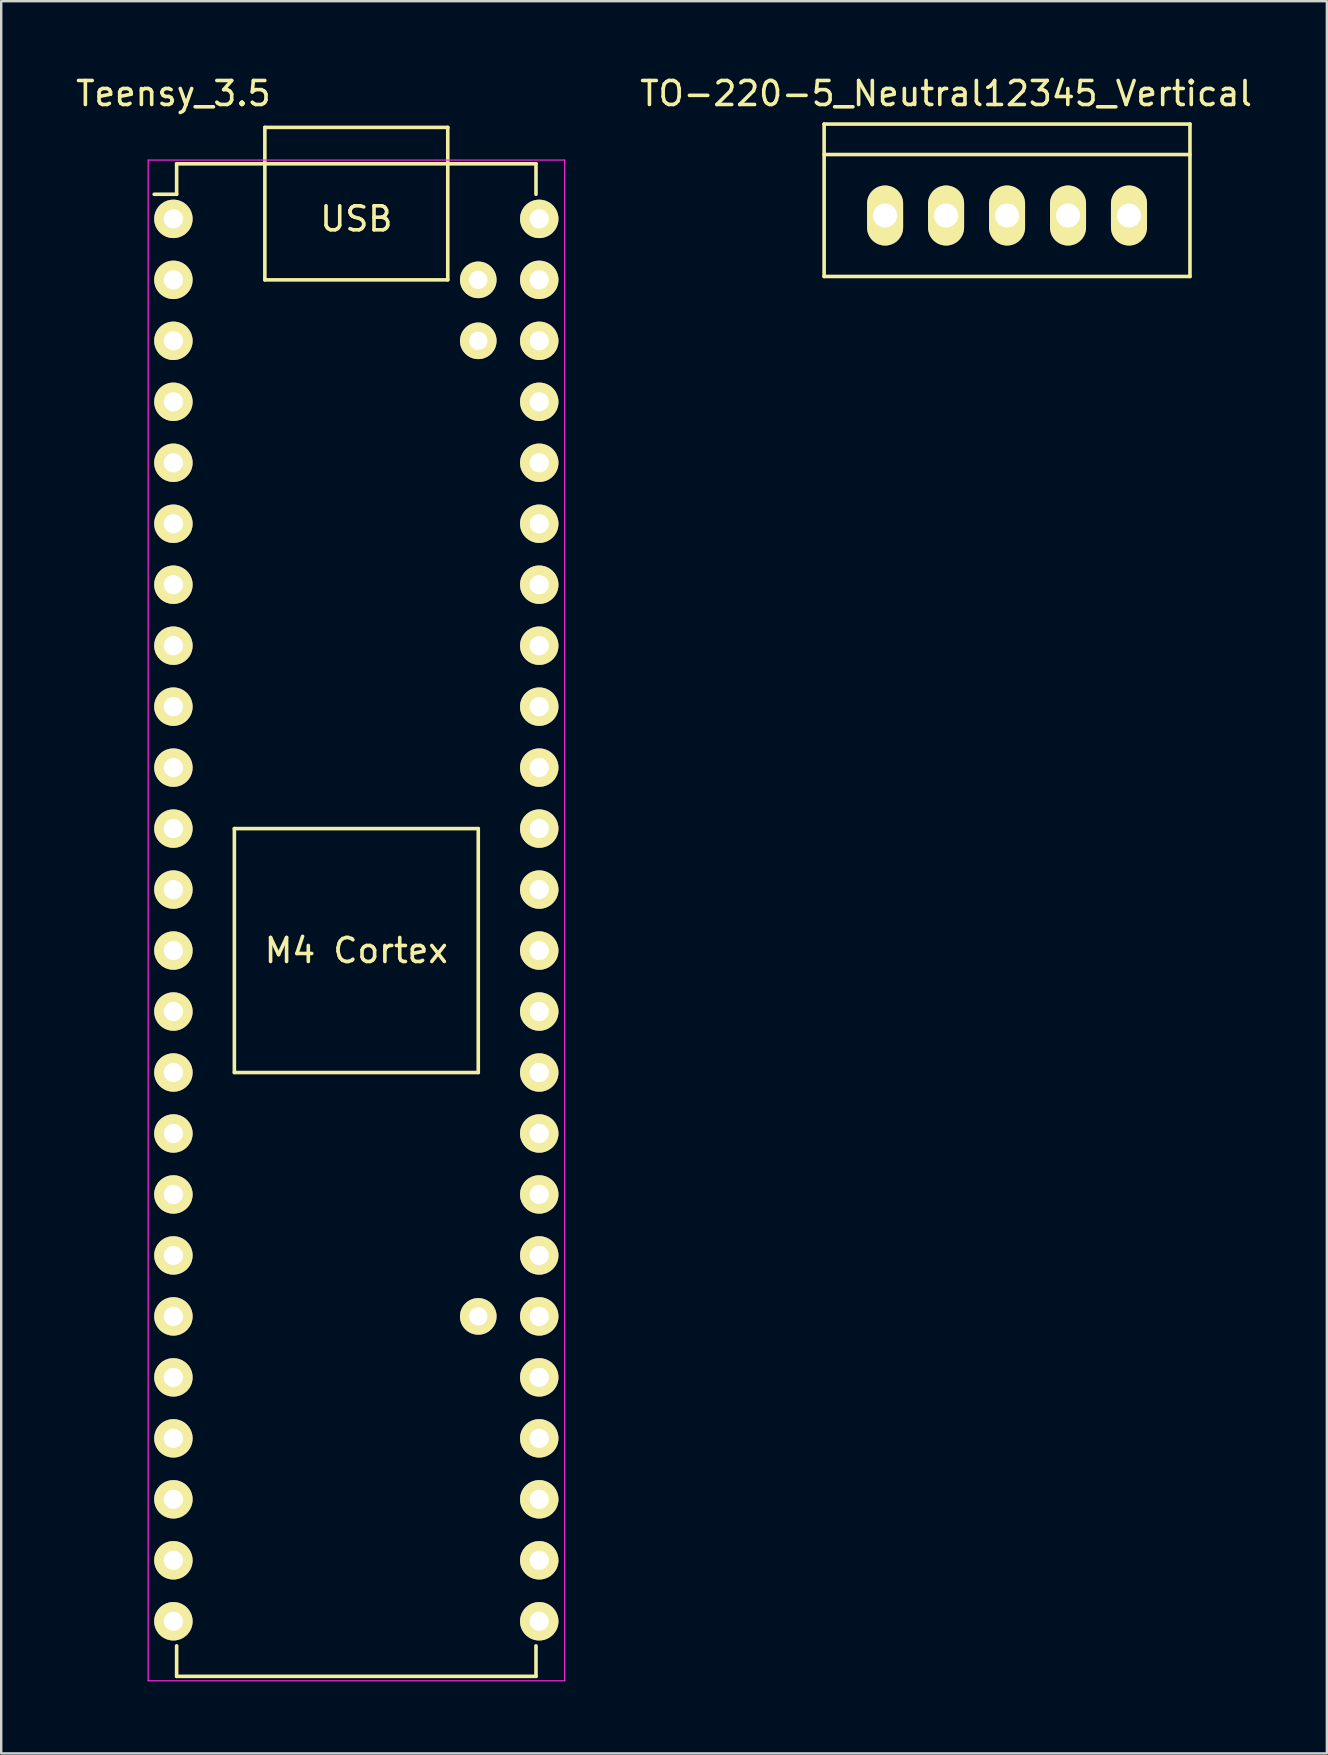
<source format=kicad_pcb>
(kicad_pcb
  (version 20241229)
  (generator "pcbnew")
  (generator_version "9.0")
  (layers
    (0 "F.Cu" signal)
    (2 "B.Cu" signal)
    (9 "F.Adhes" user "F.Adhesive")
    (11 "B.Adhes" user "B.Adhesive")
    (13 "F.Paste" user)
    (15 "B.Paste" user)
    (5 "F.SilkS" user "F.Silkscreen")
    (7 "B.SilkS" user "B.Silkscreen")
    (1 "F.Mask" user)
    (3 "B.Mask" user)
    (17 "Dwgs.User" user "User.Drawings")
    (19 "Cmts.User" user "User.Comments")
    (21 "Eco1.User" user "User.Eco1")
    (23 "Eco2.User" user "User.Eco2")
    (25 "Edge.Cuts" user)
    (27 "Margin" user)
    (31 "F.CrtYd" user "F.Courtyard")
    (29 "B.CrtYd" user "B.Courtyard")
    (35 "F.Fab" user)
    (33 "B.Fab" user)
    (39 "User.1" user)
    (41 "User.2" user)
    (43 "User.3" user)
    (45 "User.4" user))
  (footprint "Teensy_3.5"
    (layer "F.Cu")
    (at 4.173 6.068)
    (property "Reference" "Teensy_3.5" (at 0 -5.22 0) (layer "F.SilkS") (effects (font (size 1 1) (thickness 0.15))))
    (attr through_hole)
    (fp_line (start 0.135 -2.295) (end 0.135 -1.025) (stroke (width 0.15) (type solid)) (layer "F.SilkS"))
    (fp_line (start 0.135 -2.295) (end 15.105 -2.295) (stroke (width 0.15) (type solid)) (layer "F.SilkS"))
    (fp_line (start 0.135 -1.025) (end -0.8 -1.025) (stroke (width 0.15) (type solid)) (layer "F.SilkS"))
    (fp_line (start 0.135 60.715) (end 0.135 59.445) (stroke (width 0.15) (type solid)) (layer "F.SilkS"))
    (fp_line (start 0.135 60.715) (end 15.105 60.715) (stroke (width 0.15) (type solid)) (layer "F.SilkS"))
    (fp_line (start 2.54 25.4) (end 2.54 35.56) (stroke (width 0.15) (type solid)) (layer "F.SilkS"))
    (fp_line (start 2.54 35.56) (end 12.7 35.56) (stroke (width 0.15) (type solid)) (layer "F.SilkS"))
    (fp_line (start 3.81 -3.81) (end 3.81 2.54) (stroke (width 0.15) (type solid)) (layer "F.SilkS"))
    (fp_line (start 3.81 2.54) (end 11.43 2.54) (stroke (width 0.15) (type solid)) (layer "F.SilkS"))
    (fp_line (start 11.43 -3.81) (end 3.81 -3.81) (stroke (width 0.15) (type solid)) (layer "F.SilkS"))
    (fp_line (start 11.43 2.54) (end 11.43 -3.81) (stroke (width 0.15) (type solid)) (layer "F.SilkS"))
    (fp_line (start 12.7 25.4) (end 2.54 25.4) (stroke (width 0.15) (type solid)) (layer "F.SilkS"))
    (fp_line (start 12.7 25.4) (end 12.7 35.56) (stroke (width 0.15) (type solid)) (layer "F.SilkS"))
    (fp_line (start 15.105 -2.295) (end 15.105 -1.025) (stroke (width 0.15) (type solid)) (layer "F.SilkS"))
    (fp_line (start 15.105 60.715) (end 15.105 59.445) (stroke (width 0.15) (type solid)) (layer "F.SilkS"))
    (fp_line (start -1.05 -2.45) (end -1.05 60.9) (stroke (width 0.05) (type solid)) (layer "F.CrtYd"))
    (fp_line (start -1.05 -2.45) (end 16.3 -2.45) (stroke (width 0.05) (type solid)) (layer "F.CrtYd"))
    (fp_line (start -1.05 60.9) (end 16.3 60.9) (stroke (width 0.05) (type solid)) (layer "F.CrtYd"))
    (fp_line (start 16.3 -2.45) (end 16.3 60.9) (stroke (width 0.05) (type solid)) (layer "F.CrtYd"))
    (fp_text user "M4 Cortex" (at 7.62 30.48 0) (layer "F.SilkS") (effects (font (size 1 1) (thickness 0.15))))
    (fp_text user "USB" (at 7.62 0 0) (layer "F.SilkS") (effects (font (size 1 1) (thickness 0.15))))
    (pad "1" thru_hole oval (at 0 0) (size 1.6 1.6) (drill 0.8) (layers "*.Cu" "*.Mask" "F.SilkS"))
    (pad "2" thru_hole oval (at 0 2.54) (size 1.6 1.6) (drill 0.8) (layers "*.Cu" "*.Mask" "F.SilkS"))
    (pad "3" thru_hole oval (at 0 5.08) (size 1.6 1.6) (drill 0.8) (layers "*.Cu" "*.Mask" "F.SilkS"))
    (pad "4" thru_hole oval (at 0 7.62) (size 1.6 1.6) (drill 0.8) (layers "*.Cu" "*.Mask" "F.SilkS"))
    (pad "5" thru_hole oval (at 0 10.16) (size 1.6 1.6) (drill 0.8) (layers "*.Cu" "*.Mask" "F.SilkS"))
    (pad "6" thru_hole oval (at 0 12.7) (size 1.6 1.6) (drill 0.8) (layers "*.Cu" "*.Mask" "F.SilkS"))
    (pad "7" thru_hole oval (at 0 15.24) (size 1.6 1.6) (drill 0.8) (layers "*.Cu" "*.Mask" "F.SilkS"))
    (pad "8" thru_hole oval (at 0 17.78) (size 1.6 1.6) (drill 0.8) (layers "*.Cu" "*.Mask" "F.SilkS"))
    (pad "9" thru_hole oval (at 0 20.32) (size 1.6 1.6) (drill 0.8) (layers "*.Cu" "*.Mask" "F.SilkS"))
    (pad "10" thru_hole oval (at 0 22.86) (size 1.6 1.6) (drill 0.8) (layers "*.Cu" "*.Mask" "F.SilkS"))
    (pad "11" thru_hole oval (at 0 25.4) (size 1.6 1.6) (drill 0.8) (layers "*.Cu" "*.Mask" "F.SilkS"))
    (pad "12" thru_hole oval (at 0 27.94) (size 1.6 1.6) (drill 0.8) (layers "*.Cu" "*.Mask" "F.SilkS"))
    (pad "13" thru_hole oval (at 0 30.48) (size 1.6 1.6) (drill 0.8) (layers "*.Cu" "*.Mask" "F.SilkS"))
    (pad "14" thru_hole oval (at 0 33.02) (size 1.6 1.6) (drill 0.8) (layers "*.Cu" "*.Mask" "F.SilkS"))
    (pad "15" thru_hole oval (at 0 35.56) (size 1.6 1.6) (drill 0.8) (layers "*.Cu" "*.Mask" "F.SilkS"))
    (pad "16" thru_hole oval (at 0 38.1) (size 1.6 1.6) (drill 0.8) (layers "*.Cu" "*.Mask" "F.SilkS"))
    (pad "17" thru_hole oval (at 0 40.64) (size 1.6 1.6) (drill 0.8) (layers "*.Cu" "*.Mask" "F.SilkS"))
    (pad "18" thru_hole oval (at 0 43.18) (size 1.6 1.6) (drill 0.8) (layers "*.Cu" "*.Mask" "F.SilkS"))
    (pad "19" thru_hole oval (at 0 45.72) (size 1.6 1.6) (drill 0.8) (layers "*.Cu" "*.Mask" "F.SilkS"))
    (pad "20" thru_hole oval (at 0 48.26) (size 1.6 1.6) (drill 0.8) (layers "*.Cu" "*.Mask" "F.SilkS"))
    (pad "21" thru_hole oval (at 0 50.8) (size 1.6 1.6) (drill 0.8) (layers "*.Cu" "*.Mask" "F.SilkS"))
    (pad "22" thru_hole oval (at 0 53.34) (size 1.6 1.6) (drill 0.8) (layers "*.Cu" "*.Mask" "F.SilkS"))
    (pad "23" thru_hole oval (at 0 55.88) (size 1.6 1.6) (drill 0.8) (layers "*.Cu" "*.Mask" "F.SilkS"))
    (pad "24" thru_hole oval (at 0 58.42) (size 1.6 1.6) (drill 0.8) (layers "*.Cu" "*.Mask" "F.SilkS"))
    (pad "25" thru_hole oval (at 15.24 58.42) (size 1.6 1.6) (drill 0.8) (layers "*.Cu" "*.Mask" "F.SilkS"))
    (pad "26" thru_hole oval (at 15.24 55.88) (size 1.6 1.6) (drill 0.8) (layers "*.Cu" "*.Mask" "F.SilkS"))
    (pad "27" thru_hole oval (at 15.24 53.34) (size 1.6 1.6) (drill 0.8) (layers "*.Cu" "*.Mask" "F.SilkS"))
    (pad "28" thru_hole oval (at 15.24 50.8) (size 1.6 1.6) (drill 0.8) (layers "*.Cu" "*.Mask" "F.SilkS"))
    (pad "29" thru_hole oval (at 15.24 48.26) (size 1.6 1.6) (drill 0.8) (layers "*.Cu" "*.Mask" "F.SilkS"))
    (pad "30" thru_hole oval (at 15.24 45.72) (size 1.6 1.6) (drill 0.8) (layers "*.Cu" "*.Mask" "F.SilkS"))
    (pad "31" thru_hole oval (at 15.24 43.18) (size 1.6 1.6) (drill 0.8) (layers "*.Cu" "*.Mask" "F.SilkS"))
    (pad "32" thru_hole oval (at 15.24 40.64) (size 1.6 1.6) (drill 0.8) (layers "*.Cu" "*.Mask" "F.SilkS"))
    (pad "33" thru_hole oval (at 15.24 38.1) (size 1.6 1.6) (drill 0.8) (layers "*.Cu" "*.Mask" "F.SilkS"))
    (pad "34" thru_hole oval (at 15.24 35.56) (size 1.6 1.6) (drill 0.8) (layers "*.Cu" "*.Mask" "F.SilkS"))
    (pad "35" thru_hole oval (at 15.24 33.02) (size 1.6 1.6) (drill 0.8) (layers "*.Cu" "*.Mask" "F.SilkS"))
    (pad "36" thru_hole oval (at 15.24 30.48) (size 1.6 1.6) (drill 0.8) (layers "*.Cu" "*.Mask" "F.SilkS"))
    (pad "37" thru_hole oval (at 15.24 27.94) (size 1.6 1.6) (drill 0.8) (layers "*.Cu" "*.Mask" "F.SilkS"))
    (pad "38" thru_hole oval (at 15.24 25.4) (size 1.6 1.6) (drill 0.8) (layers "*.Cu" "*.Mask" "F.SilkS"))
    (pad "39" thru_hole oval (at 15.24 22.86) (size 1.6 1.6) (drill 0.8) (layers "*.Cu" "*.Mask" "F.SilkS"))
    (pad "40" thru_hole oval (at 15.24 20.32) (size 1.6 1.6) (drill 0.8) (layers "*.Cu" "*.Mask" "F.SilkS"))
    (pad "41" thru_hole oval (at 15.24 17.78) (size 1.6 1.6) (drill 0.8) (layers "*.Cu" "*.Mask" "F.SilkS"))
    (pad "42" thru_hole oval (at 15.24 15.24) (size 1.6 1.6) (drill 0.8) (layers "*.Cu" "*.Mask" "F.SilkS"))
    (pad "43" thru_hole oval (at 15.24 12.7) (size 1.6 1.6) (drill 0.8) (layers "*.Cu" "*.Mask" "F.SilkS"))
    (pad "44" thru_hole oval (at 15.24 10.16) (size 1.6 1.6) (drill 0.8) (layers "*.Cu" "*.Mask" "F.SilkS"))
    (pad "45" thru_hole oval (at 15.24 7.62) (size 1.6 1.6) (drill 0.8) (layers "*.Cu" "*.Mask" "F.SilkS"))
    (pad "46" thru_hole oval (at 15.24 5.08) (size 1.6 1.6) (drill 0.8) (layers "*.Cu" "*.Mask" "F.SilkS"))
    (pad "47" thru_hole oval (at 15.24 2.54) (size 1.6 1.6) (drill 0.8) (layers "*.Cu" "*.Mask" "F.SilkS"))
    (pad "48" thru_hole oval (at 15.24 0) (size 1.6 1.6) (drill 0.8) (layers "*.Cu" "*.Mask" "F.SilkS"))
    (pad "49" thru_hole circle (at 12.7 45.72) (size 1.524 1.524) (drill 0.762) (layers "*.Cu" "*.Mask" "F.SilkS"))
    (pad "50" thru_hole circle (at 12.7 2.54) (size 1.524 1.524) (drill 0.762) (layers "*.Cu" "*.Mask" "F.SilkS"))
    (pad "51" thru_hole circle (at 12.7 5.08) (size 1.524 1.524) (drill 0.762) (layers "*.Cu" "*.Mask" "F.SilkS")))
  (footprint "TO-220-5_Neutral12345_Vertical"
    (layer "F.Cu")
    (at 36.361 5.928)
    (property "Reference" "TO-220-5_Neutral12345_Vertical" (at 0 -5.08 0) (layer "F.SilkS") (effects (font (size 1 1) (thickness 0.15))))
    (attr through_hole)
    (fp_line (start -5.08 -3.81) (end 10.16 -3.81) (stroke (width 0.15) (type solid)) (layer "F.SilkS"))
    (fp_line (start -5.08 -2.54) (end 10.16 -2.54) (stroke (width 0.15) (type solid)) (layer "F.SilkS"))
    (fp_line (start -5.08 2.54) (end -5.08 -3.81) (stroke (width 0.15) (type solid)) (layer "F.SilkS"))
    (fp_line (start 10.16 -3.81) (end 10.16 2.54) (stroke (width 0.15) (type solid)) (layer "F.SilkS"))
    (fp_line (start 10.16 2.54) (end -5.08 2.54) (stroke (width 0.15) (type solid)) (layer "F.SilkS"))
    (pad "1" thru_hole oval (at -2.54 0 90) (size 2.499 1.501) (drill 1.001) (layers "*.Cu" "*.Mask" "F.SilkS"))
    (pad "2" thru_hole oval (at 0 0 90) (size 2.499 1.501) (drill 1.001) (layers "*.Cu" "*.Mask" "F.SilkS"))
    (pad "3" thru_hole oval (at 2.54 0 90) (size 2.499 1.501) (drill 1.001) (layers "*.Cu" "*.Mask" "F.SilkS"))
    (pad "4" thru_hole oval (at 5.08 0 90) (size 2.499 1.501) (drill 1.001) (layers "*.Cu" "*.Mask" "F.SilkS"))
    (pad "4" thru_hole oval (at 7.62 0 90) (size 2.499 1.501) (drill 1.001) (layers "*.Cu" "*.Mask" "F.SilkS")))
  (gr_rect
    (start -3 -3)
    (end 52.224 69.993)
    (stroke (width 0.1) (type default))
    (fill no)
    (layer "Edge.Cuts")))
</source>
